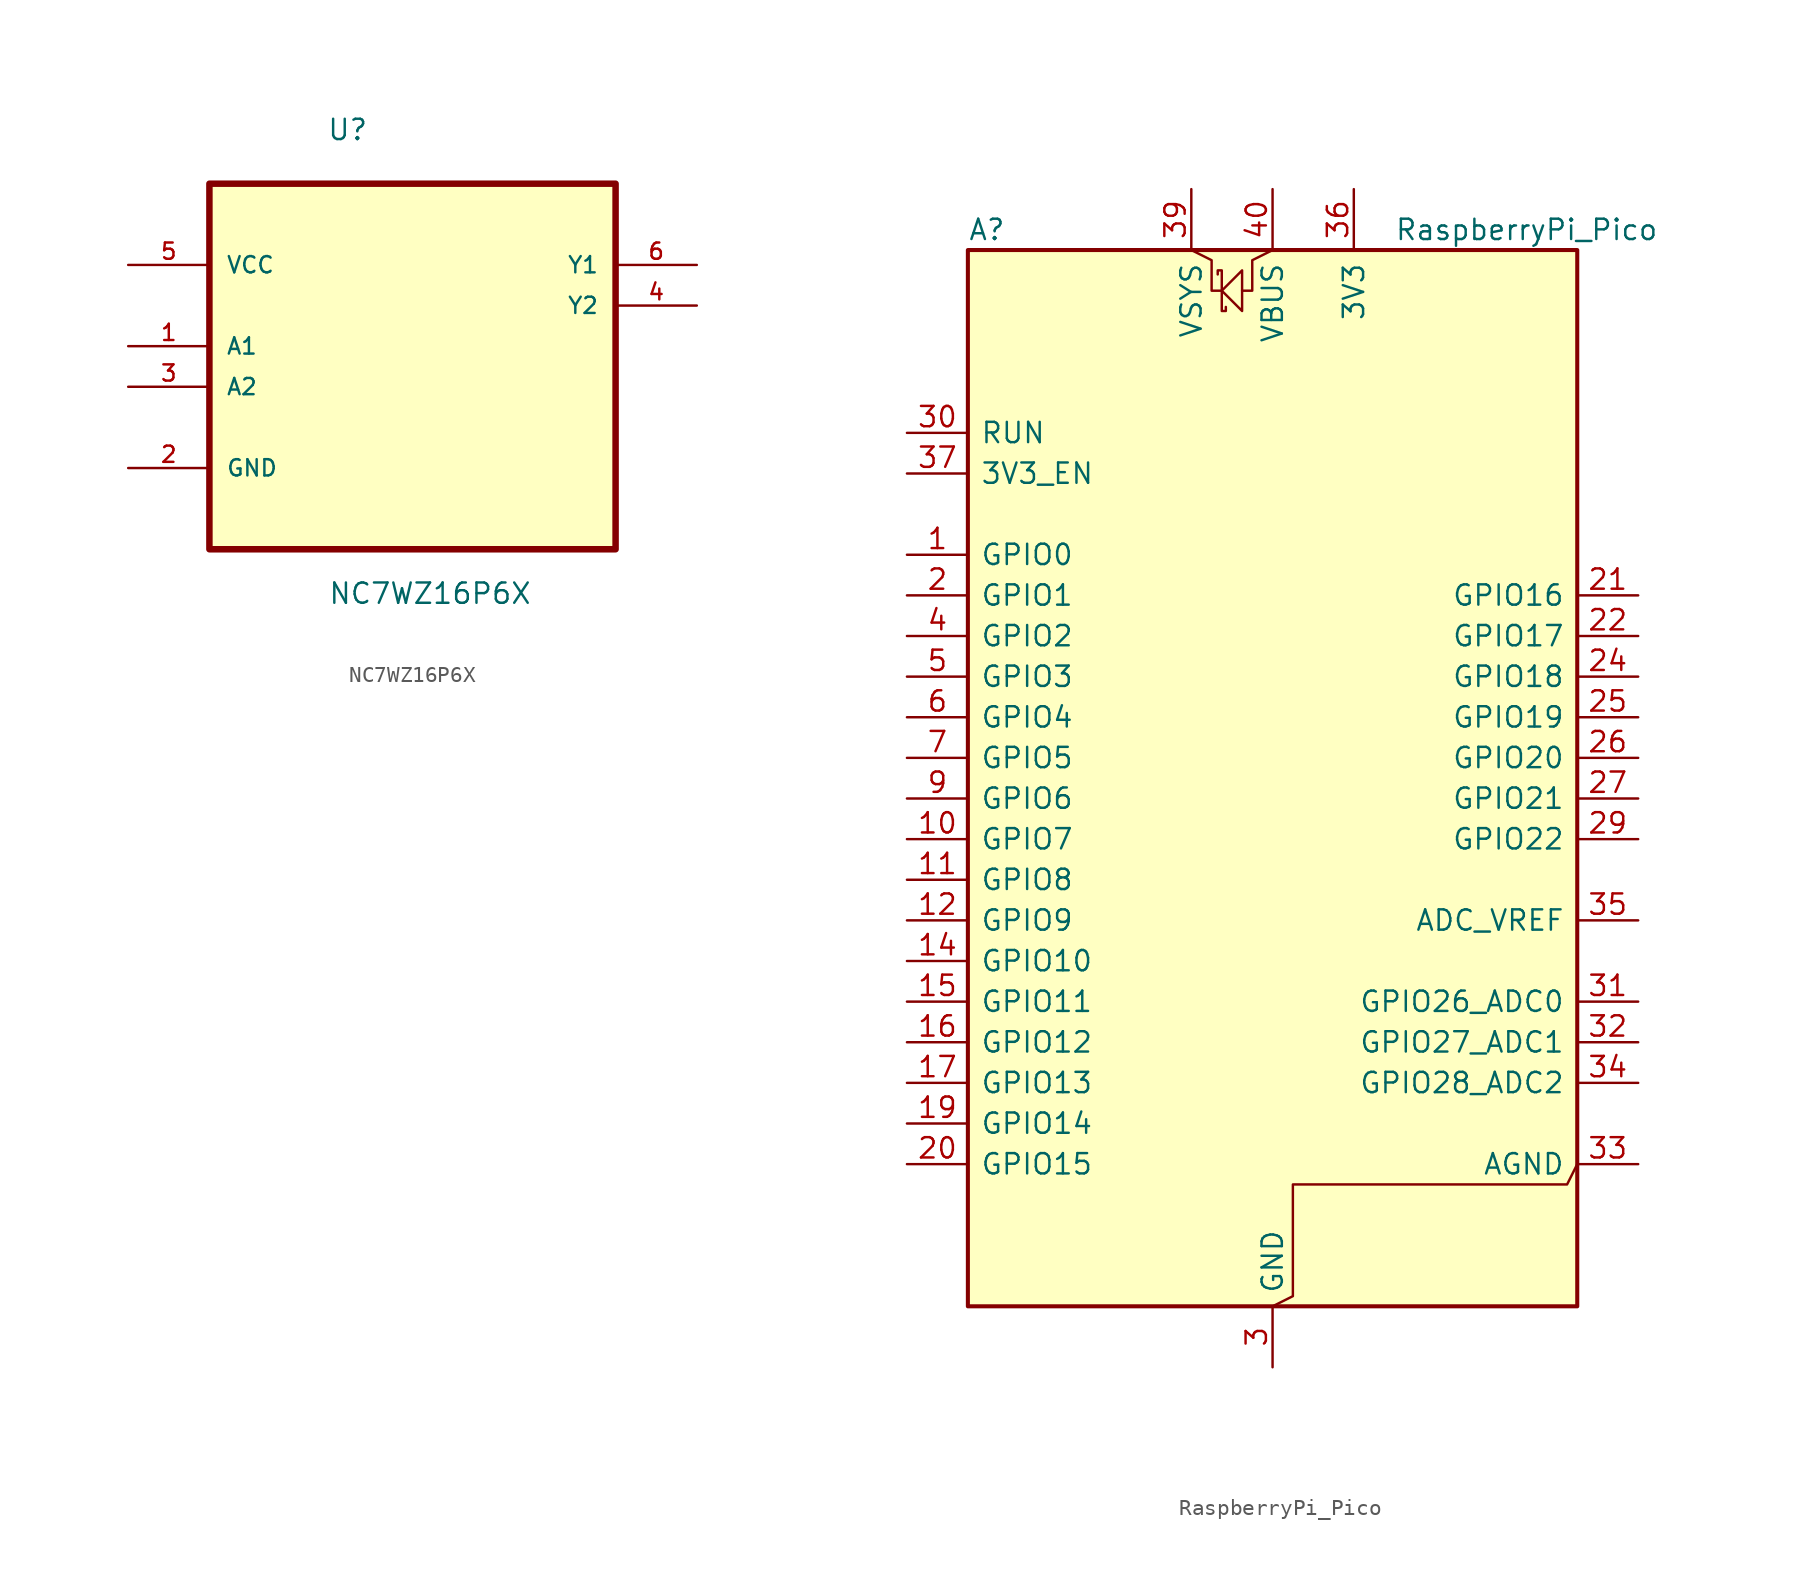
<source format=kicad_sym>
(kicad_symbol_lib
  (version 20241209)
  (generator "kicad_symbol_editor")
  (generator_version "9.0")
  (symbol "NC7WZ16P6X"
    (pin_names
      (offset 1.016))
    (property "Reference" "U"
      (at -5.366 10.249 0)
      (effects (font (size 1.27 1.27)) (justify left bottom)))
    (property "Value" "NC7WZ16P6X"
      (at -5.292 -18.75 0)
      (effects (font (size 1.27 1.27)) (justify left bottom)))
    (symbol "NC7WZ16P6X_0_0"
      (rectangle (start -12.7 7.62) (end 12.7 -15.24) (stroke (width 0.406) (type default)) (fill (type background)))
      (pin power_in line (at -17.78 2.54 0) (length 5.08) (name "VCC" (effects (font (size 1.016 1.016)))) (number "5" (effects (font (size 1.016 1.016)))))
      (pin input line (at -17.78 -2.54 0) (length 5.08) (name "A1" (effects (font (size 1.016 1.016)))) (number "1" (effects (font (size 1.016 1.016)))))
      (pin input line (at -17.78 -5.08 0) (length 5.08) (name "A2" (effects (font (size 1.016 1.016)))) (number "3" (effects (font (size 1.016 1.016)))))
      (pin passive line (at -17.78 -10.16 0) (length 5.08) (name "GND" (effects (font (size 1.016 1.016)))) (number "2" (effects (font (size 1.016 1.016)))))
      (pin output line (at 17.78 2.54 180) (length 5.08) (name "Y1" (effects (font (size 1.016 1.016)))) (number "6" (effects (font (size 1.016 1.016)))))
      (pin output line (at 17.78 0 180) (length 5.08) (name "Y2" (effects (font (size 1.016 1.016)))) (number "4" (effects (font (size 1.016 1.016)))))))
  (symbol "RaspberryPi_Pico"
    (pin_names
      (offset 0.762))
    (property "Reference" "A"
      (at -19.05 35.56 0)
      (effects (font (size 1.27 1.27)) (justify left)))
    (property "Value" "RaspberryPi_Pico"
      (at 7.62 35.56 0)
      (effects (font (size 1.27 1.27)) (justify left)))
    (symbol "RaspberryPi_Pico_0_1"
      (rectangle (start -19.05 34.29) (end 19.05 -31.75) (stroke (width 0.254) (type default)) (fill (type background)))
      (polyline (pts (xy -5.08 34.29) (xy -3.81 33.655) (xy -3.81 31.75) (xy -3.175 31.75)) (stroke (width 0) (type default)) (fill (type none)))
      (polyline (pts (xy -3.429 32.766) (xy -3.429 33.02) (xy -3.175 33.02) (xy -3.175 30.48) (xy -2.921 30.48) (xy -2.921 30.734)) (stroke (width 0) (type default)) (fill (type none)))
      (polyline (pts (xy -3.175 31.75) (xy -1.905 33.02) (xy -1.905 30.48) (xy -3.175 31.75)) (stroke (width 0) (type default)) (fill (type none)))
      (polyline (pts (xy 0 34.29) (xy -1.27 33.655) (xy -1.27 31.75) (xy -1.905 31.75)) (stroke (width 0) (type default)) (fill (type none)))
      (polyline (pts (xy 0 -31.75) (xy 1.27 -31.115) (xy 1.27 -24.13) (xy 18.415 -24.13) (xy 19.05 -22.86)) (stroke (width 0) (type default)) (fill (type none))))
    (symbol "RaspberryPi_Pico_1_1"
      (pin passive line (at -22.86 22.86 0) (length 3.81) (name "RUN" (effects (font (size 1.27 1.27)))) (number "30" (effects (font (size 1.27 1.27)))) (alternate "~{RESET}" passive line))
      (pin passive line (at -22.86 20.32 0) (length 3.81) (name "3V3_EN" (effects (font (size 1.27 1.27)))) (number "37" (effects (font (size 1.27 1.27)))) (alternate "~{3V3_DISABLE}" passive line))
      (pin bidirectional line (at -22.86 15.24 0) (length 3.81) (name "GPIO0" (effects (font (size 1.27 1.27)))) (number "1" (effects (font (size 1.27 1.27)))) (alternate "I2C0_SDA" bidirectional line) (alternate "PWM0_A" output line) (alternate "SPI0_RX" input line) (alternate "UART0_TX" output line) (alternate "USB_OVCUR_DET" input line))
      (pin bidirectional line (at -22.86 12.7 0) (length 3.81) (name "GPIO1" (effects (font (size 1.27 1.27)))) (number "2" (effects (font (size 1.27 1.27)))) (alternate "I2C0_SCL" bidirectional clock) (alternate "PWM0_B" bidirectional line) (alternate "UART0_RX" input line) (alternate "USB_VBUS_DET" passive line) (alternate "~{SPI0_CSn}" bidirectional line))
      (pin bidirectional line (at -22.86 10.16 0) (length 3.81) (name "GPIO2" (effects (font (size 1.27 1.27)))) (number "4" (effects (font (size 1.27 1.27)))) (alternate "I2C1_SDA" bidirectional line) (alternate "PWM1_A" output line) (alternate "SPI0_SCK" bidirectional clock) (alternate "UART0_CTS" input line) (alternate "USB_VBUS_EN" output line))
      (pin bidirectional line (at -22.86 7.62 0) (length 3.81) (name "GPIO3" (effects (font (size 1.27 1.27)))) (number "5" (effects (font (size 1.27 1.27)))) (alternate "I2C1_SCL" bidirectional clock) (alternate "PWM1_B" bidirectional line) (alternate "SPI0_TX" output line) (alternate "UART0_RTS" output line) (alternate "USB_OVCUR_DET" input line))
      (pin bidirectional line (at -22.86 5.08 0) (length 3.81) (name "GPIO4" (effects (font (size 1.27 1.27)))) (number "6" (effects (font (size 1.27 1.27)))) (alternate "I2C0_SDA" bidirectional line) (alternate "PWM2_A" output line) (alternate "SPI0_RX" input line) (alternate "UART1_TX" output line) (alternate "USB_VBUS_DET" input line))
      (pin bidirectional line (at -22.86 2.54 0) (length 3.81) (name "GPIO5" (effects (font (size 1.27 1.27)))) (number "7" (effects (font (size 1.27 1.27)))) (alternate "I2C0_SCL" bidirectional clock) (alternate "PWM2_B" bidirectional line) (alternate "UART1_RX" input line) (alternate "USB_VBUS_EN" output line) (alternate "~{SPI0_CSn}" bidirectional line))
      (pin bidirectional line (at -22.86 0 0) (length 3.81) (name "GPIO6" (effects (font (size 1.27 1.27)))) (number "9" (effects (font (size 1.27 1.27)))) (alternate "I2C1_SDA" bidirectional line) (alternate "PWM3_A" output line) (alternate "SPI0_SCK" bidirectional clock) (alternate "UART1_CTS" input line) (alternate "USB_OVCUR_DET" input line))
      (pin bidirectional line (at -22.86 -2.54 0) (length 3.81) (name "GPIO7" (effects (font (size 1.27 1.27)))) (number "10" (effects (font (size 1.27 1.27)))) (alternate "I2C1_SCL" bidirectional clock) (alternate "PWM3_B" bidirectional line) (alternate "SPI0_TX" output line) (alternate "UART1_RTS" output line) (alternate "USB_VBUS_DET" input line))
      (pin bidirectional line (at -22.86 -5.08 0) (length 3.81) (name "GPIO8" (effects (font (size 1.27 1.27)))) (number "11" (effects (font (size 1.27 1.27)))) (alternate "I2C0_SDA" bidirectional line) (alternate "PWM4_A" output line) (alternate "SPI1_RX" input line) (alternate "UART1_TX" output line) (alternate "USB_VBUS_EN" output line))
      (pin bidirectional line (at -22.86 -7.62 0) (length 3.81) (name "GPIO9" (effects (font (size 1.27 1.27)))) (number "12" (effects (font (size 1.27 1.27)))) (alternate "I2C0_SCL" bidirectional clock) (alternate "PWM4_B" bidirectional line) (alternate "UART1_RX" input line) (alternate "USB_OVCUR_DET" input line) (alternate "~{SPI1_CSn}" bidirectional line))
      (pin bidirectional line (at -22.86 -10.16 0) (length 3.81) (name "GPIO10" (effects (font (size 1.27 1.27)))) (number "14" (effects (font (size 1.27 1.27)))) (alternate "I2C1_SDA" bidirectional line) (alternate "PWM5_A" output line) (alternate "SPI1_SCK" bidirectional clock) (alternate "UART1_CTS" input line) (alternate "USB_VBUS_DET" input line))
      (pin bidirectional line (at -22.86 -12.7 0) (length 3.81) (name "GPIO11" (effects (font (size 1.27 1.27)))) (number "15" (effects (font (size 1.27 1.27)))) (alternate "I2C1_SCL" bidirectional clock) (alternate "PWM5_B" bidirectional line) (alternate "SPI1_TX" output line) (alternate "UART1_RTS" output line) (alternate "USB_VBUS_EN" output line))
      (pin bidirectional line (at -22.86 -15.24 0) (length 3.81) (name "GPIO12" (effects (font (size 1.27 1.27)))) (number "16" (effects (font (size 1.27 1.27)))) (alternate "I2C0_SDA" bidirectional line) (alternate "PWM6_A" output line) (alternate "SPI1_RX" input line) (alternate "UART0_TX" output line) (alternate "USB_OVCUR_DET" input line))
      (pin bidirectional line (at -22.86 -17.78 0) (length 3.81) (name "GPIO13" (effects (font (size 1.27 1.27)))) (number "17" (effects (font (size 1.27 1.27)))) (alternate "I2C0_SCL" bidirectional clock) (alternate "PWM6_B" bidirectional line) (alternate "UART0_RX" input line) (alternate "USB_VBUS_DET" input line) (alternate "~{SPI1_CSn}" bidirectional line))
      (pin bidirectional line (at -22.86 -20.32 0) (length 3.81) (name "GPIO14" (effects (font (size 1.27 1.27)))) (number "19" (effects (font (size 1.27 1.27)))) (alternate "I2C1_SDA" bidirectional line) (alternate "PWM7_A" output line) (alternate "SPI1_SCK" bidirectional clock) (alternate "UART0_CTS" input line) (alternate "USB_VBUS_EN" output line))
      (pin bidirectional line (at -22.86 -22.86 0) (length 3.81) (name "GPIO15" (effects (font (size 1.27 1.27)))) (number "20" (effects (font (size 1.27 1.27)))) (alternate "I2C1_SCL" bidirectional clock) (alternate "PWM7_B" bidirectional line) (alternate "SPI1_TX" output line) (alternate "UART0_RTS" output line) (alternate "USB_OVCUR_DET" input line))
      (pin power_in line (at -5.08 38.1 270) (length 3.81) (name "VSYS" (effects (font (size 1.27 1.27)))) (number "39" (effects (font (size 1.27 1.27)))) (alternate "VSYS_OUT" power_out line))
      (pin power_out line (at 0 38.1 270) (length 3.81) (name "VBUS" (effects (font (size 1.27 1.27)))) (number "40" (effects (font (size 1.27 1.27)))) (alternate "VBUS_IN" power_in line))
      (pin passive line (at 0 -35.56 90) (length 3.81) (hide yes) (name "GND" (effects (font (size 1.27 1.27)))) (number "13" (effects (font (size 1.27 1.27)))))
      (pin passive line (at 0 -35.56 90) (length 3.81) (hide yes) (name "GND" (effects (font (size 1.27 1.27)))) (number "18" (effects (font (size 1.27 1.27)))))
      (pin passive line (at 0 -35.56 90) (length 3.81) (hide yes) (name "GND" (effects (font (size 1.27 1.27)))) (number "23" (effects (font (size 1.27 1.27)))))
      (pin passive line (at 0 -35.56 90) (length 3.81) (hide yes) (name "GND" (effects (font (size 1.27 1.27)))) (number "28" (effects (font (size 1.27 1.27)))))
      (pin power_out line (at 0 -35.56 90) (length 3.81) (name "GND" (effects (font (size 1.27 1.27)))) (number "3" (effects (font (size 1.27 1.27)))) (alternate "GND_IN" power_in line))
      (pin passive line (at 0 -35.56 90) (length 3.81) (hide yes) (name "GND" (effects (font (size 1.27 1.27)))) (number "38" (effects (font (size 1.27 1.27)))))
      (pin passive line (at 0 -35.56 90) (length 3.81) (hide yes) (name "GND" (effects (font (size 1.27 1.27)))) (number "8" (effects (font (size 1.27 1.27)))))
      (pin power_out line (at 5.08 38.1 270) (length 3.81) (name "3V3" (effects (font (size 1.27 1.27)))) (number "36" (effects (font (size 1.27 1.27)))))
      (pin bidirectional line (at 22.86 12.7 180) (length 3.81) (name "GPIO16" (effects (font (size 1.27 1.27)))) (number "21" (effects (font (size 1.27 1.27)))) (alternate "I2C0_SDA" bidirectional line) (alternate "PWM0_A" output line) (alternate "SPI0_RX" input line) (alternate "UART0_TX" output line) (alternate "USB_VBUS_DET" input line))
      (pin bidirectional line (at 22.86 10.16 180) (length 3.81) (name "GPIO17" (effects (font (size 1.27 1.27)))) (number "22" (effects (font (size 1.27 1.27)))) (alternate "I2C0_SCL" bidirectional clock) (alternate "PWM0_B" bidirectional line) (alternate "UART0_RX" input line) (alternate "USB_VBUS_EN" output line) (alternate "~{SPI0_CSn}" bidirectional line))
      (pin bidirectional line (at 22.86 7.62 180) (length 3.81) (name "GPIO18" (effects (font (size 1.27 1.27)))) (number "24" (effects (font (size 1.27 1.27)))) (alternate "I2C1_SDA" bidirectional line) (alternate "PWM1_A" output line) (alternate "SPI0_SCK" bidirectional clock) (alternate "UART0_CTS" input line) (alternate "USB_OVCUR_DET" input line))
      (pin bidirectional line (at 22.86 5.08 180) (length 3.81) (name "GPIO19" (effects (font (size 1.27 1.27)))) (number "25" (effects (font (size 1.27 1.27)))) (alternate "I2C1_SCL" bidirectional clock) (alternate "PWM1_B" bidirectional line) (alternate "SPI0_TX" output line) (alternate "UART0_RTS" output line) (alternate "USB_VBUS_DET" input line))
      (pin bidirectional line (at 22.86 2.54 180) (length 3.81) (name "GPIO20" (effects (font (size 1.27 1.27)))) (number "26" (effects (font (size 1.27 1.27)))) (alternate "CLOCK_GPIN0" input clock) (alternate "I2C0_SDA" bidirectional line) (alternate "PWM2_A" output line) (alternate "SPI0_RX" input line) (alternate "UART1_TX" output line) (alternate "USB_VBUS_EN" output line))
      (pin bidirectional line (at 22.86 0 180) (length 3.81) (name "GPIO21" (effects (font (size 1.27 1.27)))) (number "27" (effects (font (size 1.27 1.27)))) (alternate "CLOCK_GPOUT0" output clock) (alternate "I2C0_SCL" bidirectional clock) (alternate "PWM2_B" bidirectional line) (alternate "UART1_RX" input line) (alternate "USB_OVCUR_DET" input line) (alternate "~{SPI0_CSn}" bidirectional line))
      (pin bidirectional line (at 22.86 -2.54 180) (length 3.81) (name "GPIO22" (effects (font (size 1.27 1.27)))) (number "29" (effects (font (size 1.27 1.27)))) (alternate "CLOCK_GPIN1" input clock) (alternate "I2C1_SDA" bidirectional line) (alternate "PWM3_A" output line) (alternate "SPI0_SCK" bidirectional clock) (alternate "UART1_CTS" input line) (alternate "USB_VBUS_DET" input line))
      (pin power_in line (at 22.86 -7.62 180) (length 3.81) (name "ADC_VREF" (effects (font (size 1.27 1.27)))) (number "35" (effects (font (size 1.27 1.27)))))
      (pin bidirectional line (at 22.86 -12.7 180) (length 3.81) (name "GPIO26_ADC0" (effects (font (size 1.27 1.27)))) (number "31" (effects (font (size 1.27 1.27)))) (alternate "ADC0" input line) (alternate "GPIO26" bidirectional line) (alternate "I2C1_SDA" bidirectional line) (alternate "PWM5_A" output line) (alternate "SPI1_SCK" bidirectional clock) (alternate "UART1_CTS" input line) (alternate "USB_VBUS_EN" output line))
      (pin bidirectional line (at 22.86 -15.24 180) (length 3.81) (name "GPIO27_ADC1" (effects (font (size 1.27 1.27)))) (number "32" (effects (font (size 1.27 1.27)))) (alternate "ADC1" input line) (alternate "GPIO27" bidirectional line) (alternate "I2C1_SCL" bidirectional clock) (alternate "PWM5_B" bidirectional line) (alternate "SPI1_TX" output line) (alternate "UART1_RTS" output line) (alternate "USB_OVCUR_DET" input line))
      (pin bidirectional line (at 22.86 -17.78 180) (length 3.81) (name "GPIO28_ADC2" (effects (font (size 1.27 1.27)))) (number "34" (effects (font (size 1.27 1.27)))) (alternate "ADC2" input line) (alternate "GPIO28" bidirectional line) (alternate "I2C0_SDA" bidirectional line) (alternate "PWM6_A" output line) (alternate "SPI1_RX" input line) (alternate "UART0_TX" output line) (alternate "USB_VBUS_DET" input line))
      (pin power_out line (at 22.86 -22.86 180) (length 3.81) (name "AGND" (effects (font (size 1.27 1.27)))) (number "33" (effects (font (size 1.27 1.27)))) (alternate "GND" passive line)))))
</source>
